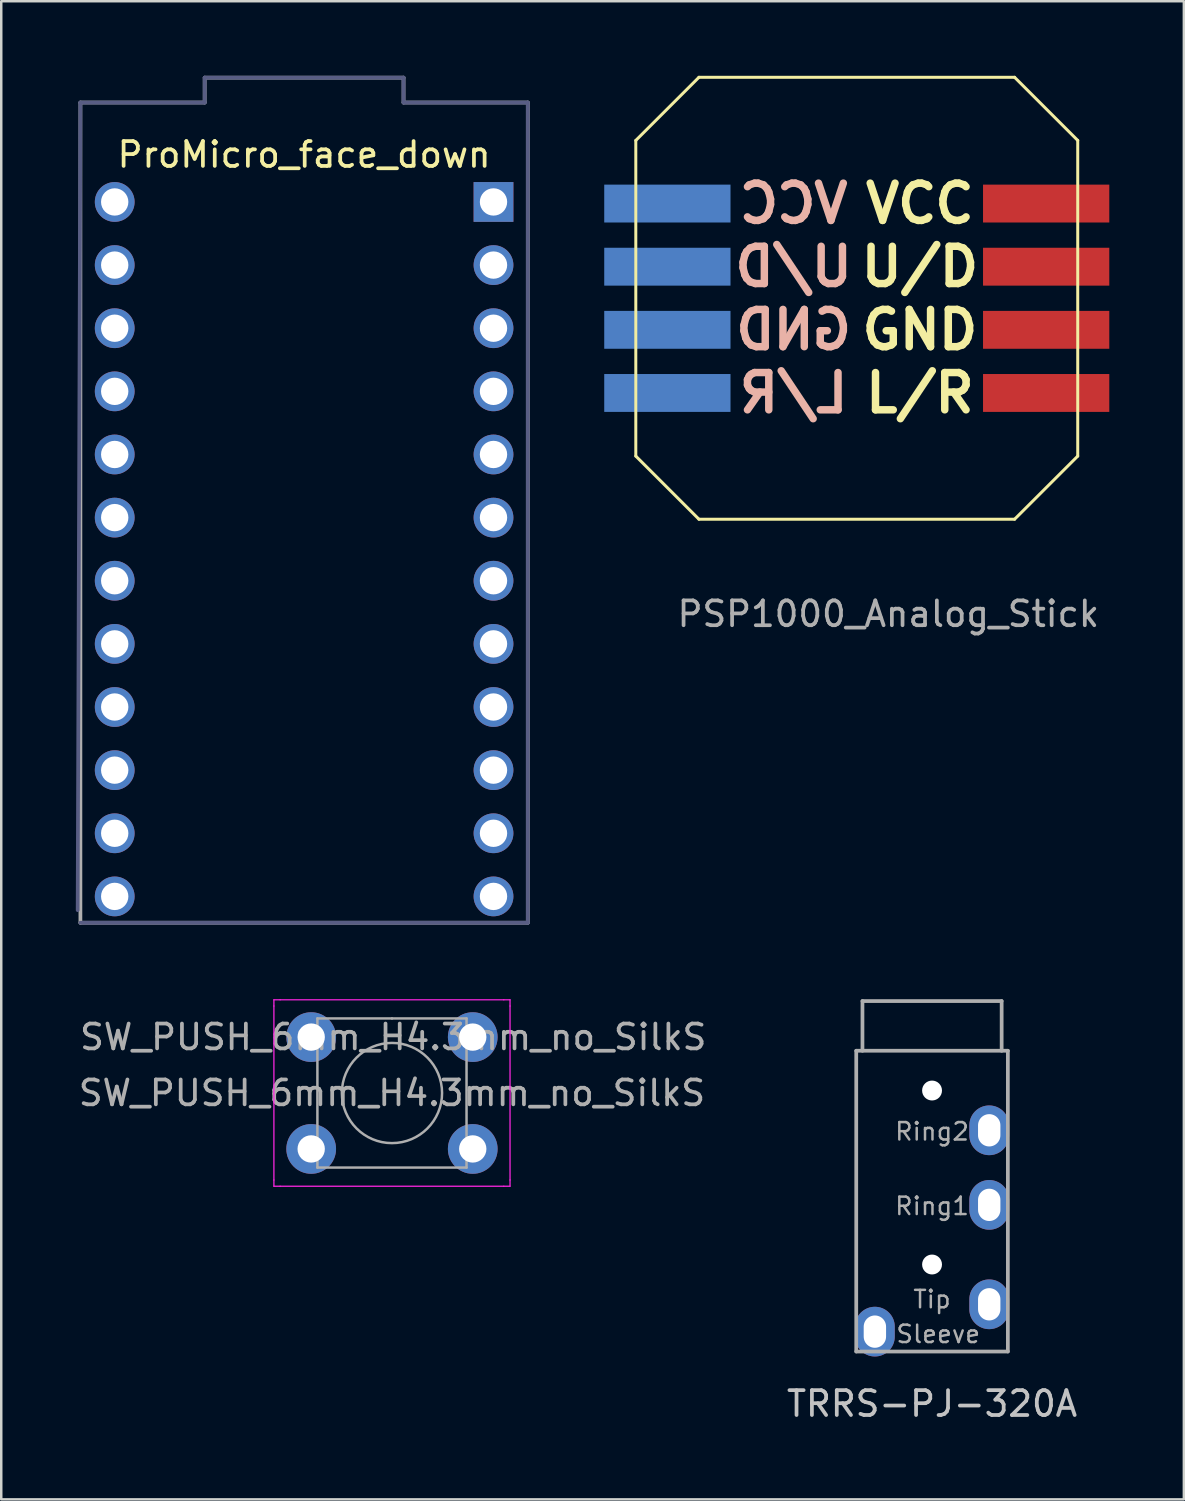
<source format=kicad_pcb>
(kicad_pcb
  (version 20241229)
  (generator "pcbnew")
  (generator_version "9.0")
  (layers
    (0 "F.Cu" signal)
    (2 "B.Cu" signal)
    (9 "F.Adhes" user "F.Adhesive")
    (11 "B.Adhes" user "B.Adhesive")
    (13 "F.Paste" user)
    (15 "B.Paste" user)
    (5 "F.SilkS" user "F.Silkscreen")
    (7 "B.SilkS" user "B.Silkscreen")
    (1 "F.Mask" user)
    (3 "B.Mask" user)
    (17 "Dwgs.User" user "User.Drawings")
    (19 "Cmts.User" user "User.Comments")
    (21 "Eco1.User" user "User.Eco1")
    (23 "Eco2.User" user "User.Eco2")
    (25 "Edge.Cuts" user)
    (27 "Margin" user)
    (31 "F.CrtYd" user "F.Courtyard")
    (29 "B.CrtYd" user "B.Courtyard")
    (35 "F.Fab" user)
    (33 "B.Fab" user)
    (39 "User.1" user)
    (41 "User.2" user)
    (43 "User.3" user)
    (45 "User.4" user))
  (footprint "PSP1000_Analog_Stick"
    (layer "F.Cu")
    (at 32.69 20.38)
    (property "Reference" "PSP1000_Analog_Stick" (at 0 1.27 0) (layer "F.Fab") (effects (font (size 1 1) (thickness 0.15))))
    (attr through_hole)
    (fp_line (start -10.16 -17.78) (end -7.62 -20.32) (stroke (width 0.12) (type solid)) (layer "F.SilkS"))
    (fp_line (start -10.16 -5.08) (end -10.16 -17.78) (stroke (width 0.12) (type solid)) (layer "F.SilkS"))
    (fp_line (start -7.62 -20.32) (end 5.08 -20.32) (stroke (width 0.12) (type solid)) (layer "F.SilkS"))
    (fp_line (start -7.62 -2.54) (end -10.16 -5.08) (stroke (width 0.12) (type solid)) (layer "F.SilkS"))
    (fp_line (start 5.08 -20.32) (end 7.62 -17.78) (stroke (width 0.12) (type solid)) (layer "F.SilkS"))
    (fp_line (start 5.08 -2.54) (end -7.62 -2.54) (stroke (width 0.12) (type solid)) (layer "F.SilkS"))
    (fp_line (start 7.62 -17.78) (end 7.62 -5.08) (stroke (width 0.12) (type solid)) (layer "F.SilkS"))
    (fp_line (start 7.62 -5.08) (end 5.08 -2.54) (stroke (width 0.12) (type solid)) (layer "F.SilkS"))
    (fp_text user "GND" (at 1.27 -10.16 0) (layer "F.SilkS") (effects (font (size 1.5 1.5) (thickness 0.3))))
    (fp_text user "L/R" (at 1.27 -7.62 0) (layer "F.SilkS") (effects (font (size 1.5 1.5) (thickness 0.3))))
    (fp_text user "U/D" (at 1.27 -12.7 0) (layer "F.SilkS") (effects (font (size 1.5 1.5) (thickness 0.3))))
    (fp_text user "VCC" (at 1.27 -15.24 0) (layer "F.SilkS") (effects (font (size 1.5 1.5) (thickness 0.3))))
    (fp_text user "U/D" (at -3.81 -12.7 180) (layer "B.SilkS") (effects (font (size 1.5 1.5) (thickness 0.3)) (justify mirror)))
    (fp_text user "L/R" (at -3.81 -7.62 180) (layer "B.SilkS") (effects (font (size 1.5 1.5) (thickness 0.3)) (justify mirror)))
    (fp_text user "VCC" (at -3.81 -15.24 180) (layer "B.SilkS") (effects (font (size 1.5 1.5) (thickness 0.3)) (justify mirror)))
    (fp_text user "GND" (at -3.81 -10.16 180) (layer "B.SilkS") (effects (font (size 1.5 1.5) (thickness 0.3)) (justify mirror)))
    (pad "1" smd rect (at -8.89 -15.24) (size 5.08 1.524) (layers "B.Cu" "B.Mask" "B.Paste"))
    (pad "1" smd rect (at 6.35 -15.24) (size 5.08 1.524) (layers "F.Cu" "F.Mask" "F.Paste"))
    (pad "2" smd rect (at -8.89 -12.7) (size 5.08 1.524) (layers "B.Cu" "B.Mask" "B.Paste"))
    (pad "2" smd rect (at 6.35 -12.7) (size 5.08 1.524) (layers "F.Cu" "F.Mask" "F.Paste"))
    (pad "3" smd rect (at -8.89 -10.16) (size 5.08 1.524) (layers "B.Cu" "B.Mask" "B.Paste"))
    (pad "3" smd rect (at 6.35 -10.16) (size 5.08 1.524) (layers "F.Cu" "F.Mask" "F.Paste"))
    (pad "4" smd rect (at -8.89 -7.62) (size 5.08 1.524) (layers "B.Cu" "B.Mask" "B.Paste"))
    (pad "4" smd rect (at 6.35 -7.62) (size 5.08 1.524) (layers "F.Cu" "F.Mask" "F.Paste")))
  (footprint "TRRS-PJ-320A"
    (layer "F.Cu")
    (at 34.449 39.225)
    (property "Reference" "TRRS-PJ-320A" (at 0 14.2 0) (layer "Dwgs.User") (effects (font (size 1 1) (thickness 0.15))))
    (attr through_hole)
    (fp_line (start -3.05 0) (end -3.05 12.1) (stroke (width 0.15) (type solid)) (layer "F.Fab"))
    (fp_line (start -2.8 0) (end -2.8 -2) (stroke (width 0.15) (type solid)) (layer "F.Fab"))
    (fp_line (start 2.8 -2) (end -2.8 -2) (stroke (width 0.15) (type solid)) (layer "F.Fab"))
    (fp_line (start 2.8 0) (end 2.8 -2) (stroke (width 0.15) (type solid)) (layer "F.Fab"))
    (fp_line (start 3.05 0) (end -3.05 0) (stroke (width 0.15) (type solid)) (layer "F.Fab"))
    (fp_line (start 3.05 0) (end 3.05 12.1) (stroke (width 0.15) (type solid)) (layer "F.Fab"))
    (fp_line (start 3.05 12.1) (end -3.05 12.1) (stroke (width 0.15) (type solid)) (layer "F.Fab"))
    (fp_text user "Sleeve" (at 0.25 11.4 0) (layer "F.Fab") (effects (font (size 0.7 0.7) (thickness 0.1))))
    (fp_text user "Ring2" (at 0 3.25 0) (layer "F.Fab") (effects (font (size 0.7 0.7) (thickness 0.1))))
    (fp_text user "Ring1" (at 0 6.25 0) (layer "F.Fab") (effects (font (size 0.7 0.7) (thickness 0.1))))
    (fp_text user "Tip" (at 0 10 0) (layer "F.Fab") (effects (font (size 0.7 0.7) (thickness 0.1))))
    (pad "" np_thru_hole circle (at 0 1.6) (size 0.8 0.8) (drill 0.8) (layers "*.Cu" "*.Mask"))
    (pad "" np_thru_hole circle (at 0 8.6) (size 0.8 0.8) (drill 0.8) (layers "*.Cu" "*.Mask"))
    (pad "R1" thru_hole oval (at 2.3 6.2) (size 1.6 2) (drill oval 0.9 1.3) (layers "*.Cu" "*.Mask"))
    (pad "R2" thru_hole oval (at 2.3 3.2) (size 1.6 2) (drill oval 0.9 1.3) (layers "*.Cu" "*.Mask"))
    (pad "S" thru_hole oval (at -2.3 11.3) (size 1.6 2) (drill oval 0.9 1.3) (layers "*.Cu" "*.Mask"))
    (pad "T" thru_hole oval (at 2.3 10.2) (size 1.6 2) (drill oval 0.9 1.3) (layers "*.Cu" "*.Mask")))
  (footprint "SW_PUSH_6mm_H4.3mm_no_SilkS"
    (layer "F.Cu")
    (at 9.47 38.675)
    (property "Reference" "SW_PUSH_6mm_H4.3mm_no_SilkS" (at 3.3 0 180) (layer "F.Fab") (effects (font (size 1 1) (thickness 0.15))))
    (attr through_hole)
    (fp_line (start -1.5 -1.5) (end -1.25 -1.5) (stroke (width 0.05) (type solid)) (layer "F.CrtYd"))
    (fp_line (start -1.5 -1.25) (end -1.5 -1.5) (stroke (width 0.05) (type solid)) (layer "F.CrtYd"))
    (fp_line (start -1.5 5.75) (end -1.5 -1.25) (stroke (width 0.05) (type solid)) (layer "F.CrtYd"))
    (fp_line (start -1.5 5.75) (end -1.5 6) (stroke (width 0.05) (type solid)) (layer "F.CrtYd"))
    (fp_line (start -1.5 6) (end -1.25 6) (stroke (width 0.05) (type solid)) (layer "F.CrtYd"))
    (fp_line (start -1.25 -1.5) (end 7.75 -1.5) (stroke (width 0.05) (type solid)) (layer "F.CrtYd"))
    (fp_line (start 7.75 -1.5) (end 8 -1.5) (stroke (width 0.05) (type solid)) (layer "F.CrtYd"))
    (fp_line (start 7.75 6) (end -1.25 6) (stroke (width 0.05) (type solid)) (layer "F.CrtYd"))
    (fp_line (start 7.75 6) (end 8 6) (stroke (width 0.05) (type solid)) (layer "F.CrtYd"))
    (fp_line (start 8 -1.5) (end 8 -1.25) (stroke (width 0.05) (type solid)) (layer "F.CrtYd"))
    (fp_line (start 8 -1.25) (end 8 5.75) (stroke (width 0.05) (type solid)) (layer "F.CrtYd"))
    (fp_line (start 8 6) (end 8 5.75) (stroke (width 0.05) (type solid)) (layer "F.CrtYd"))
    (fp_line (start 0.25 -0.75) (end 3.25 -0.75) (stroke (width 0.1) (type solid)) (layer "F.Fab"))
    (fp_line (start 0.25 5.25) (end 0.25 -0.75) (stroke (width 0.1) (type solid)) (layer "F.Fab"))
    (fp_line (start 3.25 -0.75) (end 6.25 -0.75) (stroke (width 0.1) (type solid)) (layer "F.Fab"))
    (fp_line (start 6.25 -0.75) (end 6.25 5.25) (stroke (width 0.1) (type solid)) (layer "F.Fab"))
    (fp_line (start 6.25 5.25) (end 0.25 5.25) (stroke (width 0.1) (type solid)) (layer "F.Fab"))
    (fp_circle (center 3.25 2.25) (end 1.25 2.5) (stroke (width 0.1) (type solid)) (fill no) (layer "F.Fab"))
    (fp_text user "${REFERENCE}" (at 3.25 2.25 180) (layer "F.Fab") (effects (font (size 1 1) (thickness 0.15))))
    (pad "1" thru_hole circle (at 0 0 90) (size 2 2) (drill 1.1) (layers "*.Cu" "*.Mask"))
    (pad "1" thru_hole circle (at 6.5 0 90) (size 2 2) (drill 1.1) (layers "*.Cu" "*.Mask"))
    (pad "2" thru_hole circle (at 0 4.5 90) (size 2 2) (drill 1.1) (layers "*.Cu" "*.Mask"))
    (pad "2" thru_hole circle (at 6.5 4.5 90) (size 2 2) (drill 1.1) (layers "*.Cu" "*.Mask")))
  (footprint "ProMicro_face_down"
    (layer "F.Cu")
    (at 9.185 19.045)
    (property "Reference" "ProMicro_face_down" (at 0 -15.875 180) (layer "F.SilkS") (effects (font (size 1 1) (thickness 0.15))))
    (attr through_hole)
    (fp_line (start -9.11 14.523) (end -9 -17.97) (stroke (width 0.15) (type solid)) (layer "B.Fab"))
    (fp_line (start -9 -17.97) (end -4 -17.97) (stroke (width 0.15) (type solid)) (layer "B.Fab"))
    (fp_line (start -4 -18.97) (end 4 -18.97) (stroke (width 0.15) (type solid)) (layer "B.Fab"))
    (fp_line (start -4 -17.97) (end -4 -18.97) (stroke (width 0.15) (type solid)) (layer "B.Fab"))
    (fp_line (start 4 -18.97) (end 4 -17.97) (stroke (width 0.15) (type solid)) (layer "B.Fab"))
    (fp_line (start 4 -17.97) (end 9 -17.97) (stroke (width 0.15) (type solid)) (layer "B.Fab"))
    (fp_line (start 9 -17.97) (end 9 15.03) (stroke (width 0.15) (type solid)) (layer "B.Fab"))
    (fp_line (start 9 15.03) (end -9 15.03) (stroke (width 0.15) (type solid)) (layer "B.Fab"))
    (fp_line (start -9 -17.97) (end -9 15.03) (stroke (width 0.15) (type solid)) (layer "F.Fab"))
    (fp_line (start -9 -17.97) (end -4 -17.97) (stroke (width 0.15) (type solid)) (layer "F.Fab"))
    (fp_line (start -4 -18.97) (end 4 -18.97) (stroke (width 0.15) (type solid)) (layer "F.Fab"))
    (fp_line (start -4 -17.97) (end -4 -18.97) (stroke (width 0.15) (type solid)) (layer "F.Fab"))
    (fp_line (start 4 -18.97) (end 4 -17.97) (stroke (width 0.15) (type solid)) (layer "F.Fab"))
    (fp_line (start 4 -17.97) (end 9 -17.97) (stroke (width 0.15) (type solid)) (layer "F.Fab"))
    (fp_line (start 9 -17.97) (end 9 15.03) (stroke (width 0.15) (type solid)) (layer "F.Fab"))
    (fp_line (start 9 15.03) (end -9 15.03) (stroke (width 0.15) (type solid)) (layer "F.Fab"))
    (pad "1" thru_hole rect (at 7.62 -13.97 270) (size 1.6 1.6) (drill 1.1) (layers "*.Cu" "*.Mask"))
    (pad "2" thru_hole circle (at 7.62 -11.43 270) (size 1.6 1.6) (drill 1.1) (layers "*.Cu" "*.Mask"))
    (pad "3" thru_hole circle (at 7.62 -8.89 270) (size 1.6 1.6) (drill 1.1) (layers "*.Cu" "*.Mask"))
    (pad "4" thru_hole circle (at 7.62 -6.35 270) (size 1.6 1.6) (drill 1.1) (layers "*.Cu" "*.Mask"))
    (pad "5" thru_hole circle (at 7.62 -3.81 270) (size 1.6 1.6) (drill 1.1) (layers "*.Cu" "*.Mask"))
    (pad "6" thru_hole circle (at 7.62 -1.27 270) (size 1.6 1.6) (drill 1.1) (layers "*.Cu" "*.Mask"))
    (pad "7" thru_hole circle (at 7.62 1.27 270) (size 1.6 1.6) (drill 1.1) (layers "*.Cu" "*.Mask"))
    (pad "8" thru_hole circle (at 7.62 3.81 270) (size 1.6 1.6) (drill 1.1) (layers "*.Cu" "*.Mask"))
    (pad "9" thru_hole circle (at 7.62 6.35 270) (size 1.6 1.6) (drill 1.1) (layers "*.Cu" "*.Mask"))
    (pad "10" thru_hole circle (at 7.62 8.89 270) (size 1.6 1.6) (drill 1.1) (layers "*.Cu" "*.Mask"))
    (pad "11" thru_hole circle (at 7.62 11.43 270) (size 1.6 1.6) (drill 1.1) (layers "*.Cu" "*.Mask"))
    (pad "12" thru_hole circle (at 7.62 13.97 270) (size 1.6 1.6) (drill 1.1) (layers "*.Cu" "*.Mask"))
    (pad "13" thru_hole circle (at -7.62 13.97 270) (size 1.6 1.6) (drill 1.1) (layers "*.Cu" "*.Mask"))
    (pad "14" thru_hole circle (at -7.62 11.43 270) (size 1.6 1.6) (drill 1.1) (layers "*.Cu" "*.Mask"))
    (pad "15" thru_hole circle (at -7.62 8.89 270) (size 1.6 1.6) (drill 1.1) (layers "*.Cu" "*.Mask"))
    (pad "16" thru_hole circle (at -7.62 6.35 270) (size 1.6 1.6) (drill 1.1) (layers "*.Cu" "*.Mask"))
    (pad "17" thru_hole circle (at -7.62 3.81 270) (size 1.6 1.6) (drill 1.1) (layers "*.Cu" "*.Mask"))
    (pad "18" thru_hole circle (at -7.62 1.27 270) (size 1.6 1.6) (drill 1.1) (layers "*.Cu" "*.Mask"))
    (pad "19" thru_hole circle (at -7.62 -1.27 270) (size 1.6 1.6) (drill 1.1) (layers "*.Cu" "*.Mask"))
    (pad "20" thru_hole circle (at -7.62 -3.81 270) (size 1.6 1.6) (drill 1.1) (layers "*.Cu" "*.Mask"))
    (pad "21" thru_hole circle (at -7.62 -6.35 270) (size 1.6 1.6) (drill 1.1) (layers "*.Cu" "*.Mask"))
    (pad "22" thru_hole circle (at -7.62 -8.89 270) (size 1.6 1.6) (drill 1.1) (layers "*.Cu" "*.Mask"))
    (pad "23" thru_hole circle (at -7.62 -11.43 270) (size 1.6 1.6) (drill 1.1) (layers "*.Cu" "*.Mask"))
    (pad "24" thru_hole circle (at -7.62 -13.97 270) (size 1.6 1.6) (drill 1.1) (layers "*.Cu" "*.Mask")))
  (gr_rect
    (start -3 -3)
    (end 44.58 57.273)
    (stroke (width 0.1) (type default))
    (fill no)
    (layer "Edge.Cuts")))
</source>
